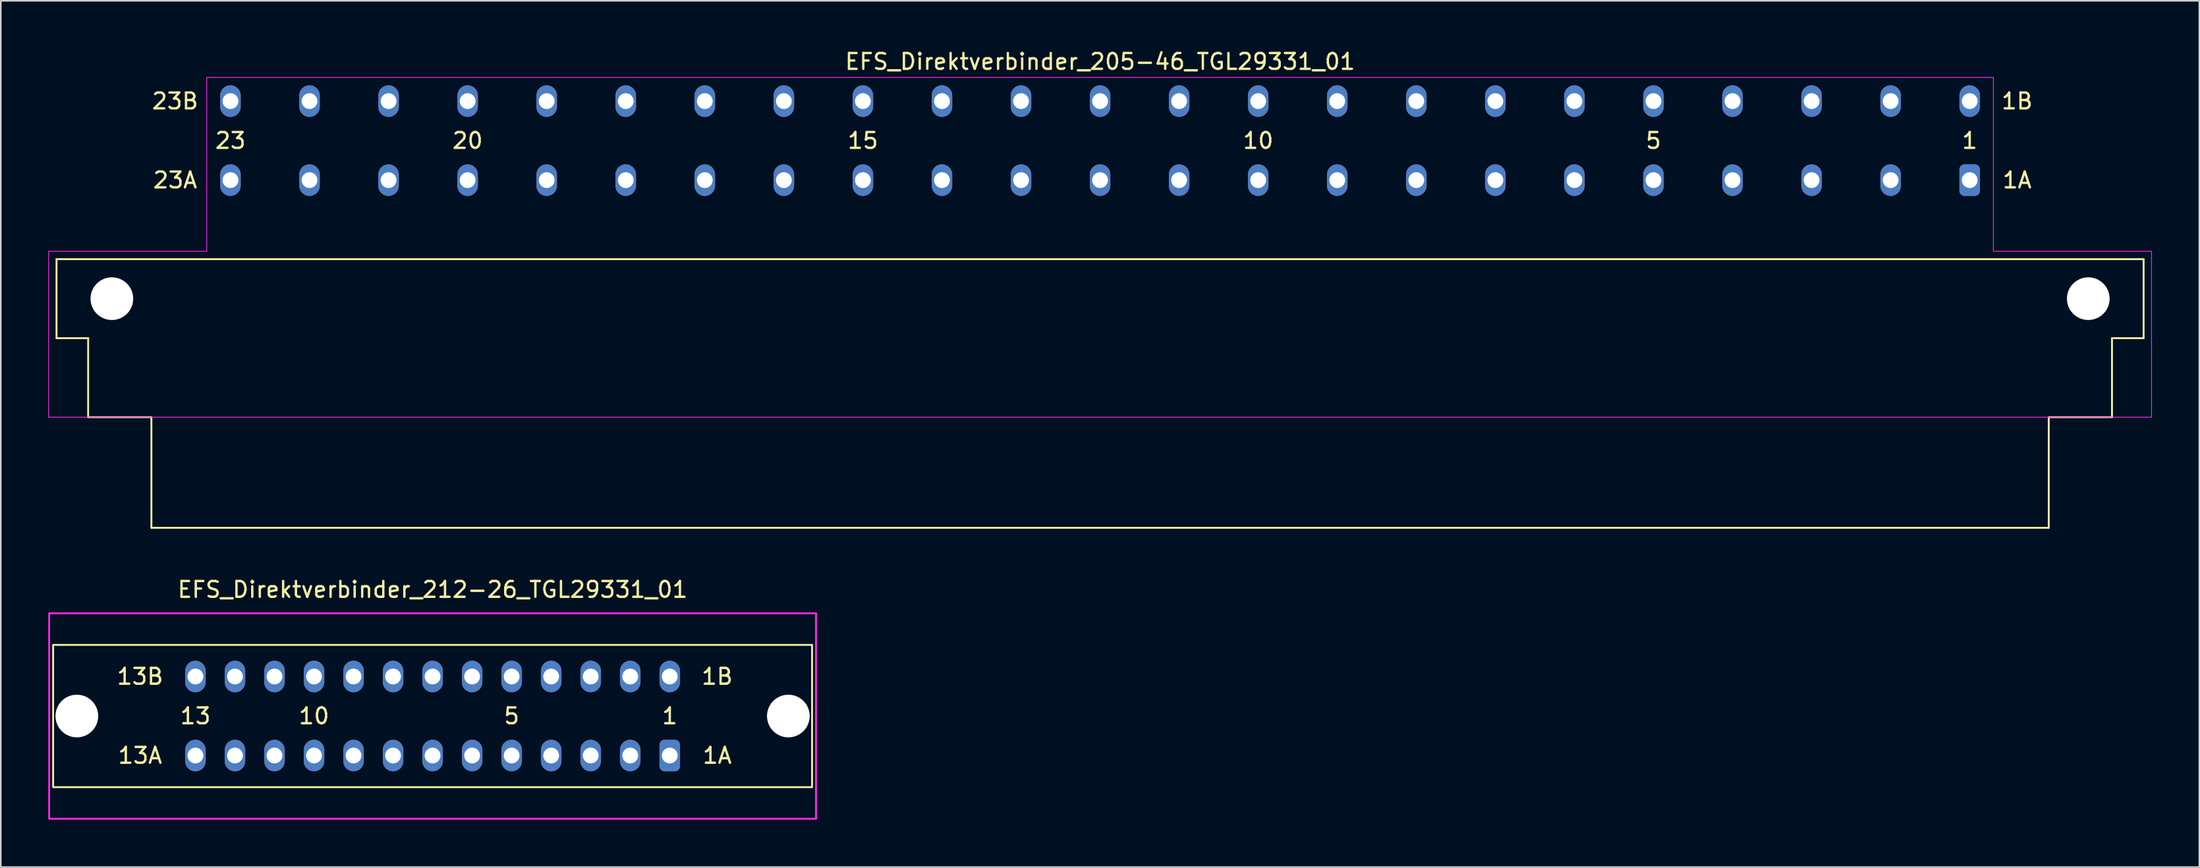
<source format=kicad_pcb>
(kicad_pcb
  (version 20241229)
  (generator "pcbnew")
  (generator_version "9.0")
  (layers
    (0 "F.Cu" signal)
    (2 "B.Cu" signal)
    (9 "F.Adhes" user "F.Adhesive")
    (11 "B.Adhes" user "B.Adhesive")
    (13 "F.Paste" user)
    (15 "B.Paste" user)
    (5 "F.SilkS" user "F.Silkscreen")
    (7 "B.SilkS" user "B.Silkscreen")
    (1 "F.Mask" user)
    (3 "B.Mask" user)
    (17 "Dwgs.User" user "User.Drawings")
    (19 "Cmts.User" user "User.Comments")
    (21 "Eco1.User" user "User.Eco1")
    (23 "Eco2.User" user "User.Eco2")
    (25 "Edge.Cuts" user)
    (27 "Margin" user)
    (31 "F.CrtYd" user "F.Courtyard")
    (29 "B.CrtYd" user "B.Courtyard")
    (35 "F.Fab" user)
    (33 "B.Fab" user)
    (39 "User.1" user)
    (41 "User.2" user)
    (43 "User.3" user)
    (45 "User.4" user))
  (footprint "EFS_Direktverbinder_205-46_TGL29331_01"
    (layer "F.Cu")
    (at 66.525 20.848)
    (property "Reference" "EFS_Direktverbinder_205-46_TGL29331_01" (at 0 -20 180) (layer "F.SilkS") (effects (font (size 1 1) (thickness 0.15))))
    (attr through_hole)
    (fp_line (start -66 -7.5) (end -66 -2.5) (stroke (width 0.12) (type solid)) (layer "F.SilkS"))
    (fp_line (start -66 -7.5) (end 66 -7.5) (stroke (width 0.12) (type solid)) (layer "F.SilkS"))
    (fp_line (start -66 -2.5) (end -64 -2.5) (stroke (width 0.12) (type solid)) (layer "F.SilkS"))
    (fp_line (start -64 -2.5) (end -64 2.5) (stroke (width 0.12) (type solid)) (layer "F.SilkS"))
    (fp_line (start -64 2.5) (end -60 2.5) (stroke (width 0.12) (type solid)) (layer "F.SilkS"))
    (fp_line (start -60 2.5) (end -60 9.5) (stroke (width 0.12) (type solid)) (layer "F.SilkS"))
    (fp_line (start -60 9.5) (end 60 9.5) (stroke (width 0.12) (type solid)) (layer "F.SilkS"))
    (fp_line (start 60 2.5) (end 64 2.5) (stroke (width 0.12) (type solid)) (layer "F.SilkS"))
    (fp_line (start 60 9.5) (end 60 2.5) (stroke (width 0.12) (type solid)) (layer "F.SilkS"))
    (fp_line (start 64 -2.5) (end 66 -2.5) (stroke (width 0.12) (type solid)) (layer "F.SilkS"))
    (fp_line (start 64 2.5) (end 64 -2.5) (stroke (width 0.12) (type solid)) (layer "F.SilkS"))
    (fp_line (start 66 -2.5) (end 66 -7.5) (stroke (width 0.12) (type solid)) (layer "F.SilkS"))
    (fp_line (start -66.5 2.5) (end -66.5 -8) (stroke (width 0.05) (type solid)) (layer "F.CrtYd"))
    (fp_line (start -56.5 -19) (end 56.5 -19) (stroke (width 0.05) (type solid)) (layer "F.CrtYd"))
    (fp_line (start -56.5 -8) (end -66.5 -8) (stroke (width 0.05) (type solid)) (layer "F.CrtYd"))
    (fp_line (start -56.5 -8) (end -56.5 -19) (stroke (width 0.05) (type solid)) (layer "F.CrtYd"))
    (fp_line (start 56.5 -19) (end 56.5 -8) (stroke (width 0.05) (type solid)) (layer "F.CrtYd"))
    (fp_line (start 56.5 -8) (end 66.5 -8) (stroke (width 0.05) (type solid)) (layer "F.CrtYd"))
    (fp_line (start 66.5 -8) (end 66.5 2.5) (stroke (width 0.05) (type solid)) (layer "F.CrtYd"))
    (fp_line (start 66.5 2.5) (end -66.5 2.5) (stroke (width 0.05) (type solid)) (layer "F.CrtYd"))
    (fp_text user "1A" (at 58 -12.5 0) (layer "F.SilkS") (effects (font (size 1 1) (thickness 0.15))))
    (fp_text user "5" (at 35 -15 180) (layer "F.SilkS") (effects (font (size 1 1) (thickness 0.15))))
    (fp_text user "15" (at -15 -15 180) (layer "F.SilkS") (effects (font (size 1 1) (thickness 0.15))))
    (fp_text user "20" (at -40 -15 180) (layer "F.SilkS") (effects (font (size 1 1) (thickness 0.15))))
    (fp_text user "23" (at -55 -15 180) (layer "F.SilkS") (effects (font (size 1 1) (thickness 0.15))))
    (fp_text user "23A" (at -58.5 -12.5 0) (layer "F.SilkS") (effects (font (size 1 1) (thickness 0.15))))
    (fp_text user "23B" (at -58.5 -17.5 0) (layer "F.SilkS") (effects (font (size 1 1) (thickness 0.15))))
    (fp_text user "1B" (at 58 -17.5 0) (layer "F.SilkS") (effects (font (size 1 1) (thickness 0.15))))
    (fp_text user "1" (at 55 -15 180) (layer "F.SilkS") (effects (font (size 1 1) (thickness 0.15))))
    (fp_text user "10" (at 10 -15 180) (layer "F.SilkS") (effects (font (size 1 1) (thickness 0.15))))
    (pad "" np_thru_hole circle (at -62.5 -5) (size 2.7 2.7) (drill 2.7) (layers "*.Cu" "*.Mask"))
    (pad "" np_thru_hole circle (at 62.5 -5) (size 2.7 2.7) (drill 2.7) (layers "*.Cu" "*.Mask"))
    (pad "1a" thru_hole roundrect (at 55 -12.5) (size 1.3 2) (drill 1) (layers "*.Cu" "*.Mask") (roundrect_rratio 0.25))
    (pad "1b" thru_hole oval (at 55 -17.5) (size 1.3 2) (drill 1) (layers "*.Cu" "*.Mask"))
    (pad "2a" thru_hole oval (at 50 -12.5) (size 1.3 2) (drill 1) (layers "*.Cu" "*.Mask"))
    (pad "2b" thru_hole oval (at 50 -17.5) (size 1.3 2) (drill 1) (layers "*.Cu" "*.Mask"))
    (pad "3a" thru_hole oval (at 45 -12.5) (size 1.3 2) (drill 1) (layers "*.Cu" "*.Mask"))
    (pad "3b" thru_hole oval (at 45 -17.5) (size 1.3 2) (drill 1) (layers "*.Cu" "*.Mask"))
    (pad "4a" thru_hole oval (at 40 -12.5) (size 1.3 2) (drill 1) (layers "*.Cu" "*.Mask"))
    (pad "4b" thru_hole oval (at 40 -17.5) (size 1.3 2) (drill 1) (layers "*.Cu" "*.Mask"))
    (pad "5a" thru_hole oval (at 35 -12.5) (size 1.3 2) (drill 1) (layers "*.Cu" "*.Mask"))
    (pad "5b" thru_hole oval (at 35 -17.5) (size 1.3 2) (drill 1) (layers "*.Cu" "*.Mask"))
    (pad "6a" thru_hole oval (at 30 -12.5) (size 1.3 2) (drill 1) (layers "*.Cu" "*.Mask"))
    (pad "6b" thru_hole oval (at 30 -17.5) (size 1.3 2) (drill 1) (layers "*.Cu" "*.Mask"))
    (pad "7a" thru_hole oval (at 25 -12.5) (size 1.3 2) (drill 1) (layers "*.Cu" "*.Mask"))
    (pad "7b" thru_hole oval (at 25 -17.5) (size 1.3 2) (drill 1) (layers "*.Cu" "*.Mask"))
    (pad "8a" thru_hole oval (at 20 -12.5) (size 1.3 2) (drill 1) (layers "*.Cu" "*.Mask"))
    (pad "8b" thru_hole oval (at 20 -17.5) (size 1.3 2) (drill 1) (layers "*.Cu" "*.Mask"))
    (pad "9a" thru_hole oval (at 15 -12.5) (size 1.3 2) (drill 1) (layers "*.Cu" "*.Mask"))
    (pad "9b" thru_hole oval (at 15 -17.5) (size 1.3 2) (drill 1) (layers "*.Cu" "*.Mask"))
    (pad "10a" thru_hole oval (at 10 -12.5) (size 1.3 2) (drill 1) (layers "*.Cu" "*.Mask"))
    (pad "10b" thru_hole oval (at 10 -17.5) (size 1.3 2) (drill 1) (layers "*.Cu" "*.Mask"))
    (pad "11a" thru_hole oval (at 5 -12.5) (size 1.3 2) (drill 1) (layers "*.Cu" "*.Mask"))
    (pad "11b" thru_hole oval (at 5 -17.5) (size 1.3 2) (drill 1) (layers "*.Cu" "*.Mask"))
    (pad "12a" thru_hole oval (at 0 -12.5) (size 1.3 2) (drill 1) (layers "*.Cu" "*.Mask"))
    (pad "12b" thru_hole oval (at 0 -17.5) (size 1.3 2) (drill 1) (layers "*.Cu" "*.Mask"))
    (pad "13a" thru_hole oval (at -5 -12.5) (size 1.3 2) (drill 1) (layers "*.Cu" "*.Mask"))
    (pad "13b" thru_hole oval (at -5 -17.5) (size 1.3 2) (drill 1) (layers "*.Cu" "*.Mask"))
    (pad "14a" thru_hole oval (at -10 -12.5) (size 1.3 2) (drill 1) (layers "*.Cu" "*.Mask"))
    (pad "14b" thru_hole oval (at -10 -17.5) (size 1.3 2) (drill 1) (layers "*.Cu" "*.Mask"))
    (pad "15a" thru_hole oval (at -15 -12.5) (size 1.3 2) (drill 1) (layers "*.Cu" "*.Mask"))
    (pad "15b" thru_hole oval (at -15 -17.5) (size 1.3 2) (drill 1) (layers "*.Cu" "*.Mask"))
    (pad "16a" thru_hole oval (at -20 -12.5) (size 1.3 2) (drill 1) (layers "*.Cu" "*.Mask"))
    (pad "16b" thru_hole oval (at -20 -17.5) (size 1.3 2) (drill 1) (layers "*.Cu" "*.Mask"))
    (pad "17a" thru_hole oval (at -25 -12.5) (size 1.3 2) (drill 1) (layers "*.Cu" "*.Mask"))
    (pad "17b" thru_hole oval (at -25 -17.5) (size 1.3 2) (drill 1) (layers "*.Cu" "*.Mask"))
    (pad "18a" thru_hole oval (at -30 -12.5) (size 1.3 2) (drill 1) (layers "*.Cu" "*.Mask"))
    (pad "18b" thru_hole oval (at -30 -17.5) (size 1.3 2) (drill 1) (layers "*.Cu" "*.Mask"))
    (pad "19a" thru_hole oval (at -35 -12.5) (size 1.3 2) (drill 1) (layers "*.Cu" "*.Mask"))
    (pad "19b" thru_hole oval (at -35 -17.5) (size 1.3 2) (drill 1) (layers "*.Cu" "*.Mask"))
    (pad "20a" thru_hole oval (at -40 -12.5) (size 1.3 2) (drill 1) (layers "*.Cu" "*.Mask"))
    (pad "20b" thru_hole oval (at -40 -17.5) (size 1.3 2) (drill 1) (layers "*.Cu" "*.Mask"))
    (pad "21a" thru_hole oval (at -45 -12.5) (size 1.3 2) (drill 1) (layers "*.Cu" "*.Mask"))
    (pad "21b" thru_hole oval (at -45 -17.5) (size 1.3 2) (drill 1) (layers "*.Cu" "*.Mask"))
    (pad "22a" thru_hole oval (at -50 -12.5) (size 1.3 2) (drill 1) (layers "*.Cu" "*.Mask"))
    (pad "22b" thru_hole oval (at -50 -17.5) (size 1.3 2) (drill 1) (layers "*.Cu" "*.Mask"))
    (pad "23a" thru_hole oval (at -55 -12.5) (size 1.3 2) (drill 1) (layers "*.Cu" "*.Mask"))
    (pad "23b" thru_hole oval (at -55 -17.5) (size 1.3 2) (drill 1) (layers "*.Cu" "*.Mask")))
  (footprint "EFS_Direktverbinder_212-26_TGL29331_01"
    (layer "F.Cu")
    (at 24.31 42.257)
    (property "Reference" "EFS_Direktverbinder_212-26_TGL29331_01" (at 0 -8 180) (layer "F.SilkS") (effects (font (size 1 1) (thickness 0.15))))
    (attr through_hole)
    (fp_rect (start -24 -4.5) (end 24 4.5) (stroke (width 0.12) (type solid)) (fill no) (layer "F.SilkS"))
    (fp_rect (start -24.25 -6.5) (end 24.25 6.5) (stroke (width 0.12) (type solid)) (fill no) (layer "F.CrtYd"))
    (fp_text user "13" (at -15 0 180) (layer "F.SilkS") (effects (font (size 1 1) (thickness 0.15))))
    (fp_text user "5" (at 5 0 180) (layer "F.SilkS") (effects (font (size 1 1) (thickness 0.15))))
    (fp_text user "10" (at -7.5 0 180) (layer "F.SilkS") (effects (font (size 1 1) (thickness 0.15))))
    (fp_text user "1A" (at 18 2.5 0) (layer "F.SilkS") (effects (font (size 1 1) (thickness 0.15))))
    (fp_text user "1B" (at 18 -2.5 0) (layer "F.SilkS") (effects (font (size 1 1) (thickness 0.15))))
    (fp_text user "13A" (at -18.5 2.5 0) (layer "F.SilkS") (effects (font (size 1 1) (thickness 0.15))))
    (fp_text user "1" (at 15 0 180) (layer "F.SilkS") (effects (font (size 1 1) (thickness 0.15))))
    (fp_text user "13B" (at -18.5 -2.5 0) (layer "F.SilkS") (effects (font (size 1 1) (thickness 0.15))))
    (pad "" np_thru_hole circle (at -22.5 0) (size 2.7 2.7) (drill 2.7) (layers "*.Cu" "*.Mask"))
    (pad "" np_thru_hole circle (at 22.5 0) (size 2.7 2.7) (drill 2.7) (layers "*.Cu" "*.Mask"))
    (pad "1a" thru_hole roundrect (at 15 2.5) (size 1.3 2) (drill 1) (layers "*.Cu" "*.Mask") (roundrect_rratio 0.25))
    (pad "1b" thru_hole oval (at 15 -2.5) (size 1.3 2) (drill 1) (layers "*.Cu" "*.Mask"))
    (pad "2a" thru_hole oval (at 12.5 2.5) (size 1.3 2) (drill 1) (layers "*.Cu" "*.Mask"))
    (pad "2b" thru_hole oval (at 12.5 -2.5) (size 1.3 2) (drill 1) (layers "*.Cu" "*.Mask"))
    (pad "3a" thru_hole oval (at 10 2.5) (size 1.3 2) (drill 1) (layers "*.Cu" "*.Mask"))
    (pad "3b" thru_hole oval (at 10 -2.5) (size 1.3 2) (drill 1) (layers "*.Cu" "*.Mask"))
    (pad "4a" thru_hole oval (at 7.5 2.5) (size 1.3 2) (drill 1) (layers "*.Cu" "*.Mask"))
    (pad "4b" thru_hole oval (at 7.5 -2.5) (size 1.3 2) (drill 1) (layers "*.Cu" "*.Mask"))
    (pad "5a" thru_hole oval (at 5 2.5) (size 1.3 2) (drill 1) (layers "*.Cu" "*.Mask"))
    (pad "5b" thru_hole oval (at 5 -2.5) (size 1.3 2) (drill 1) (layers "*.Cu" "*.Mask"))
    (pad "6a" thru_hole oval (at 2.5 2.5) (size 1.3 2) (drill 1) (layers "*.Cu" "*.Mask"))
    (pad "6b" thru_hole oval (at 2.5 -2.5) (size 1.3 2) (drill 1) (layers "*.Cu" "*.Mask"))
    (pad "7a" thru_hole oval (at 0 2.5) (size 1.3 2) (drill 1) (layers "*.Cu" "*.Mask"))
    (pad "7b" thru_hole oval (at 0 -2.5) (size 1.3 2) (drill 1) (layers "*.Cu" "*.Mask"))
    (pad "8a" thru_hole oval (at -2.5 2.5) (size 1.3 2) (drill 1) (layers "*.Cu" "*.Mask"))
    (pad "8b" thru_hole oval (at -2.5 -2.5) (size 1.3 2) (drill 1) (layers "*.Cu" "*.Mask"))
    (pad "9a" thru_hole oval (at -5 2.5) (size 1.3 2) (drill 1) (layers "*.Cu" "*.Mask"))
    (pad "9b" thru_hole oval (at -5 -2.5) (size 1.3 2) (drill 1) (layers "*.Cu" "*.Mask"))
    (pad "10a" thru_hole oval (at -7.5 2.5) (size 1.3 2) (drill 1) (layers "*.Cu" "*.Mask"))
    (pad "10b" thru_hole oval (at -7.5 -2.5) (size 1.3 2) (drill 1) (layers "*.Cu" "*.Mask"))
    (pad "11a" thru_hole oval (at -10 2.5) (size 1.3 2) (drill 1) (layers "*.Cu" "*.Mask"))
    (pad "11b" thru_hole oval (at -10 -2.5) (size 1.3 2) (drill 1) (layers "*.Cu" "*.Mask"))
    (pad "12a" thru_hole oval (at -12.5 2.5) (size 1.3 2) (drill 1) (layers "*.Cu" "*.Mask"))
    (pad "12b" thru_hole oval (at -12.5 -2.5) (size 1.3 2) (drill 1) (layers "*.Cu" "*.Mask"))
    (pad "13a" thru_hole oval (at -15 2.5) (size 1.3 2) (drill 1) (layers "*.Cu" "*.Mask"))
    (pad "13b" thru_hole oval (at -15 -2.5) (size 1.3 2) (drill 1) (layers "*.Cu" "*.Mask")))
  (gr_rect
    (start -3 -3)
    (end 136.05 51.816)
    (stroke (width 0.1) (type default))
    (fill no)
    (layer "Edge.Cuts")))
</source>
